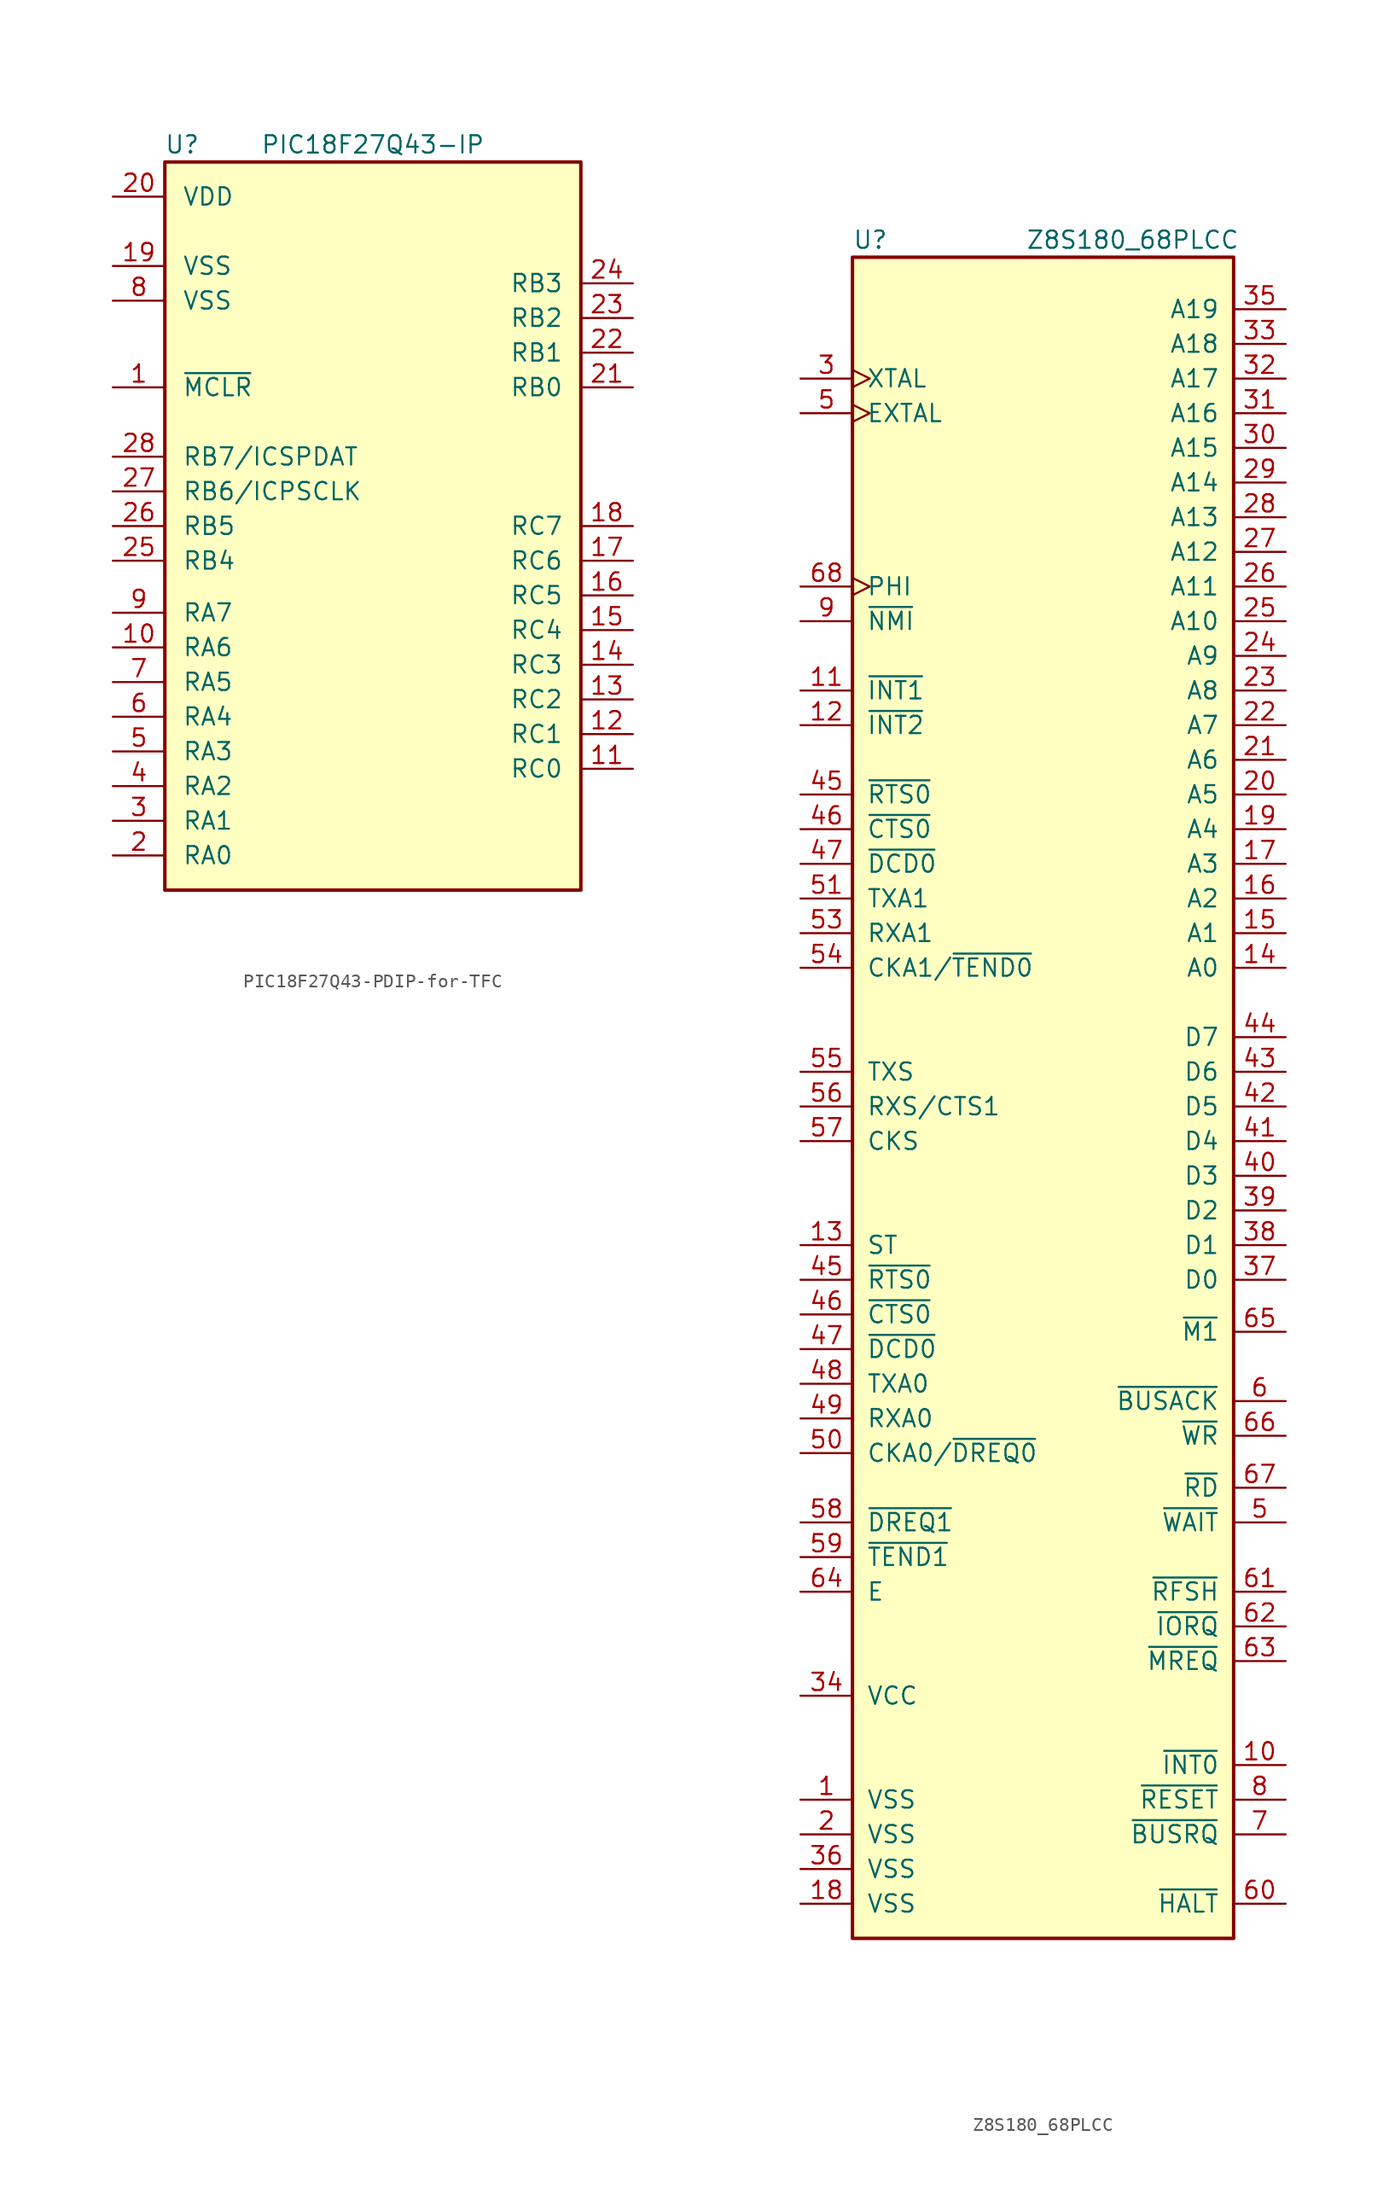
<source format=kicad_sym>
(kicad_symbol_lib
  (version 20220914)
  (generator kicad_symbol_editor)
  (symbol "PIC18F27Q43-PDIP-for-TFC"
    (pin_names
      (offset 1.27))
    (property "Reference" "U"
      (at -13.97 27.94 0)
      (effects (font (size 1.27 1.27))))
    (property "Value" "PIC18F27Q43-IP"
      (at 0 27.94 0)
      (effects (font (size 1.27 1.27))))
    (symbol "PIC18F27Q43-PDIP-for-TFC_0_1"
      (rectangle (start -15.24 26.67) (end 15.24 -26.67) (stroke (width 0.254) (type default)) (fill (type background))))
    (symbol "PIC18F27Q43-PDIP-for-TFC_1_1"
      (pin input line (at -19.05 10.16 0) (length 3.81) (name "~{MCLR}" (effects (font (size 1.27 1.27)))) (number "1" (effects (font (size 1.27 1.27)))))
      (pin bidirectional line (at -19.05 -8.89 0) (length 3.81) (name "RA6" (effects (font (size 1.27 1.27)))) (number "10" (effects (font (size 1.27 1.27)))))
      (pin bidirectional line (at 19.05 -17.78 180) (length 3.81) (name "RC0" (effects (font (size 1.27 1.27)))) (number "11" (effects (font (size 1.27 1.27)))))
      (pin bidirectional line (at 19.05 -15.24 180) (length 3.81) (name "RC1" (effects (font (size 1.27 1.27)))) (number "12" (effects (font (size 1.27 1.27)))))
      (pin bidirectional line (at 19.05 -12.7 180) (length 3.81) (name "RC2" (effects (font (size 1.27 1.27)))) (number "13" (effects (font (size 1.27 1.27)))))
      (pin bidirectional line (at 19.05 -10.16 180) (length 3.81) (name "RC3" (effects (font (size 1.27 1.27)))) (number "14" (effects (font (size 1.27 1.27)))))
      (pin bidirectional line (at 19.05 -7.62 180) (length 3.81) (name "RC4" (effects (font (size 1.27 1.27)))) (number "15" (effects (font (size 1.27 1.27)))))
      (pin bidirectional line (at 19.05 -5.08 180) (length 3.81) (name "RC5" (effects (font (size 1.27 1.27)))) (number "16" (effects (font (size 1.27 1.27)))))
      (pin bidirectional line (at 19.05 -2.54 180) (length 3.81) (name "RC6" (effects (font (size 1.27 1.27)))) (number "17" (effects (font (size 1.27 1.27)))))
      (pin bidirectional line (at 19.05 0 180) (length 3.81) (name "RC7" (effects (font (size 1.27 1.27)))) (number "18" (effects (font (size 1.27 1.27)))))
      (pin power_in line (at -19.05 19.05 0) (length 3.81) (name "VSS" (effects (font (size 1.27 1.27)))) (number "19" (effects (font (size 1.27 1.27)))))
      (pin bidirectional line (at -19.05 -24.13 0) (length 3.81) (name "RA0" (effects (font (size 1.27 1.27)))) (number "2" (effects (font (size 1.27 1.27)))))
      (pin power_in line (at -19.05 24.13 0) (length 3.81) (name "VDD" (effects (font (size 1.27 1.27)))) (number "20" (effects (font (size 1.27 1.27)))))
      (pin bidirectional line (at 19.05 10.16 180) (length 3.81) (name "RB0" (effects (font (size 1.27 1.27)))) (number "21" (effects (font (size 1.27 1.27)))))
      (pin bidirectional line (at 19.05 12.7 180) (length 3.81) (name "RB1" (effects (font (size 1.27 1.27)))) (number "22" (effects (font (size 1.27 1.27)))))
      (pin bidirectional line (at 19.05 15.24 180) (length 3.81) (name "RB2" (effects (font (size 1.27 1.27)))) (number "23" (effects (font (size 1.27 1.27)))))
      (pin bidirectional line (at 19.05 17.78 180) (length 3.81) (name "RB3" (effects (font (size 1.27 1.27)))) (number "24" (effects (font (size 1.27 1.27)))))
      (pin bidirectional line (at -19.05 -2.54 0) (length 3.81) (name "RB4" (effects (font (size 1.27 1.27)))) (number "25" (effects (font (size 1.27 1.27)))))
      (pin bidirectional line (at -19.05 0 0) (length 3.81) (name "RB5" (effects (font (size 1.27 1.27)))) (number "26" (effects (font (size 1.27 1.27)))))
      (pin bidirectional line (at -19.05 2.54 0) (length 3.81) (name "RB6/ICPSCLK" (effects (font (size 1.27 1.27)))) (number "27" (effects (font (size 1.27 1.27)))))
      (pin bidirectional line (at -19.05 5.08 0) (length 3.81) (name "RB7/ICSPDAT" (effects (font (size 1.27 1.27)))) (number "28" (effects (font (size 1.27 1.27)))))
      (pin bidirectional line (at -19.05 -21.59 0) (length 3.81) (name "RA1" (effects (font (size 1.27 1.27)))) (number "3" (effects (font (size 1.27 1.27)))))
      (pin bidirectional line (at -19.05 -19.05 0) (length 3.81) (name "RA2" (effects (font (size 1.27 1.27)))) (number "4" (effects (font (size 1.27 1.27)))))
      (pin bidirectional line (at -19.05 -16.51 0) (length 3.81) (name "RA3" (effects (font (size 1.27 1.27)))) (number "5" (effects (font (size 1.27 1.27)))))
      (pin bidirectional line (at -19.05 -13.97 0) (length 3.81) (name "RA4" (effects (font (size 1.27 1.27)))) (number "6" (effects (font (size 1.27 1.27)))))
      (pin bidirectional line (at -19.05 -11.43 0) (length 3.81) (name "RA5" (effects (font (size 1.27 1.27)))) (number "7" (effects (font (size 1.27 1.27)))))
      (pin power_in line (at -19.05 16.51 0) (length 3.81) (name "VSS" (effects (font (size 1.27 1.27)))) (number "8" (effects (font (size 1.27 1.27)))))
      (pin bidirectional line (at -19.05 -6.35 0) (length 3.81) (name "RA7" (effects (font (size 1.27 1.27)))) (number "9" (effects (font (size 1.27 1.27)))))))
  (symbol "Z8S180_68PLCC"
    (pin_names
      (offset 1.016))
    (property "Reference" "U"
      (at -13.97 35.56 0)
      (effects (font (size 1.27 1.27)) (justify left)))
    (property "Value" "Z8S180_68PLCC"
      (at -1.27 35.56 0)
      (effects (font (size 1.27 1.27)) (justify left)))
    (symbol "Z8S180_68PLCC_0_1"
      (rectangle (start -13.97 34.29) (end 13.97 -88.9) (stroke (width 0.254) (type default)) (fill (type background))))
    (symbol "Z8S180_68PLCC_1_1"
      (pin power_in line (at -17.78 -78.74 0) (length 3.81) (name "VSS" (effects (font (size 1.27 1.27)))) (number "1" (effects (font (size 1.27 1.27)))))
      (pin input line (at 17.78 -76.2 180) (length 3.81) (name "~{INT0}" (effects (font (size 1.27 1.27)))) (number "10" (effects (font (size 1.27 1.27)))))
      (pin input line (at -17.78 2.54 0) (length 3.81) (name "~{INT1}" (effects (font (size 1.27 1.27)))) (number "11" (effects (font (size 1.27 1.27)))))
      (pin input line (at -17.78 0 0) (length 3.81) (name "~{INT2}" (effects (font (size 1.27 1.27)))) (number "12" (effects (font (size 1.27 1.27)))))
      (pin output line (at -17.78 -38.1 0) (length 3.81) (name "ST" (effects (font (size 1.27 1.27)))) (number "13" (effects (font (size 1.27 1.27)))))
      (pin output line (at 17.78 -17.78 180) (length 3.81) (name "A0" (effects (font (size 1.27 1.27)))) (number "14" (effects (font (size 1.27 1.27)))))
      (pin output line (at 17.78 -15.24 180) (length 3.81) (name "A1" (effects (font (size 1.27 1.27)))) (number "15" (effects (font (size 1.27 1.27)))))
      (pin output line (at 17.78 -12.7 180) (length 3.81) (name "A2" (effects (font (size 1.27 1.27)))) (number "16" (effects (font (size 1.27 1.27)))))
      (pin output line (at 17.78 -10.16 180) (length 3.81) (name "A3" (effects (font (size 1.27 1.27)))) (number "17" (effects (font (size 1.27 1.27)))))
      (pin power_in line (at -17.78 -86.36 0) (length 3.81) (name "VSS" (effects (font (size 1.27 1.27)))) (number "18" (effects (font (size 1.27 1.27)))))
      (pin output line (at 17.78 -7.62 180) (length 3.81) (name "A4" (effects (font (size 1.27 1.27)))) (number "19" (effects (font (size 1.27 1.27)))))
      (pin power_in line (at -17.78 -81.28 0) (length 3.81) (name "VSS" (effects (font (size 1.27 1.27)))) (number "2" (effects (font (size 1.27 1.27)))))
      (pin output line (at 17.78 -5.08 180) (length 3.81) (name "A5" (effects (font (size 1.27 1.27)))) (number "20" (effects (font (size 1.27 1.27)))))
      (pin output line (at 17.78 -2.54 180) (length 3.81) (name "A6" (effects (font (size 1.27 1.27)))) (number "21" (effects (font (size 1.27 1.27)))))
      (pin output line (at 17.78 0 180) (length 3.81) (name "A7" (effects (font (size 1.27 1.27)))) (number "22" (effects (font (size 1.27 1.27)))))
      (pin output line (at 17.78 2.54 180) (length 3.81) (name "A8" (effects (font (size 1.27 1.27)))) (number "23" (effects (font (size 1.27 1.27)))))
      (pin output line (at 17.78 5.08 180) (length 3.81) (name "A9" (effects (font (size 1.27 1.27)))) (number "24" (effects (font (size 1.27 1.27)))))
      (pin output line (at 17.78 7.62 180) (length 3.81) (name "A10" (effects (font (size 1.27 1.27)))) (number "25" (effects (font (size 1.27 1.27)))))
      (pin output line (at 17.78 10.16 180) (length 3.81) (name "A11" (effects (font (size 1.27 1.27)))) (number "26" (effects (font (size 1.27 1.27)))))
      (pin output line (at 17.78 12.7 180) (length 3.81) (name "A12" (effects (font (size 1.27 1.27)))) (number "27" (effects (font (size 1.27 1.27)))))
      (pin output line (at 17.78 15.24 180) (length 3.81) (name "A13" (effects (font (size 1.27 1.27)))) (number "28" (effects (font (size 1.27 1.27)))))
      (pin output line (at 17.78 17.78 180) (length 3.81) (name "A14" (effects (font (size 1.27 1.27)))) (number "29" (effects (font (size 1.27 1.27)))))
      (pin input clock (at -17.78 25.4 0) (length 3.81) (name "XTAL" (effects (font (size 1.27 1.27)))) (number "3" (effects (font (size 1.27 1.27)))))
      (pin output line (at 17.78 20.32 180) (length 3.81) (name "A15" (effects (font (size 1.27 1.27)))) (number "30" (effects (font (size 1.27 1.27)))))
      (pin output line (at 17.78 22.86 180) (length 3.81) (name "A16" (effects (font (size 1.27 1.27)))) (number "31" (effects (font (size 1.27 1.27)))))
      (pin output line (at 17.78 25.4 180) (length 3.81) (name "A17" (effects (font (size 1.27 1.27)))) (number "32" (effects (font (size 1.27 1.27)))))
      (pin output line (at 17.78 27.94 180) (length 3.81) (name "A18" (effects (font (size 1.27 1.27)))) (number "33" (effects (font (size 1.27 1.27)))))
      (pin power_in line (at -17.78 -71.12 0) (length 3.81) (name "VCC" (effects (font (size 1.27 1.27)))) (number "34" (effects (font (size 1.27 1.27)))))
      (pin output line (at 17.78 30.48 180) (length 3.81) (name "A19" (effects (font (size 1.27 1.27)))) (number "35" (effects (font (size 1.27 1.27)))))
      (pin power_in line (at -17.78 -83.82 0) (length 3.81) (name "VSS" (effects (font (size 1.27 1.27)))) (number "36" (effects (font (size 1.27 1.27)))))
      (pin bidirectional line (at 17.78 -40.64 180) (length 3.81) (name "D0" (effects (font (size 1.27 1.27)))) (number "37" (effects (font (size 1.27 1.27)))))
      (pin bidirectional line (at 17.78 -38.1 180) (length 3.81) (name "D1" (effects (font (size 1.27 1.27)))) (number "38" (effects (font (size 1.27 1.27)))))
      (pin bidirectional line (at 17.78 -35.56 180) (length 3.81) (name "D2" (effects (font (size 1.27 1.27)))) (number "39" (effects (font (size 1.27 1.27)))))
      (pin bidirectional line (at 17.78 -33.02 180) (length 3.81) (name "D3" (effects (font (size 1.27 1.27)))) (number "40" (effects (font (size 1.27 1.27)))))
      (pin bidirectional line (at 17.78 -30.48 180) (length 3.81) (name "D4" (effects (font (size 1.27 1.27)))) (number "41" (effects (font (size 1.27 1.27)))))
      (pin bidirectional line (at 17.78 -27.94 180) (length 3.81) (name "D5" (effects (font (size 1.27 1.27)))) (number "42" (effects (font (size 1.27 1.27)))))
      (pin bidirectional line (at 17.78 -25.4 180) (length 3.81) (name "D6" (effects (font (size 1.27 1.27)))) (number "43" (effects (font (size 1.27 1.27)))))
      (pin bidirectional line (at 17.78 -22.86 180) (length 3.81) (name "D7" (effects (font (size 1.27 1.27)))) (number "44" (effects (font (size 1.27 1.27)))))
      (pin output line (at -17.78 -40.64 0) (length 3.81) (name "~{RTS0}" (effects (font (size 1.27 1.27)))) (number "45" (effects (font (size 1.27 1.27)))))
      (pin output line (at -17.78 -5.08 0) (length 3.81) (name "~{RTS0}" (effects (font (size 1.27 1.27)))) (number "45" (effects (font (size 1.27 1.27)))))
      (pin input line (at -17.78 -43.18 0) (length 3.81) (name "~{CTS0}" (effects (font (size 1.27 1.27)))) (number "46" (effects (font (size 1.27 1.27)))))
      (pin input line (at -17.78 -7.62 0) (length 3.81) (name "~{CTS0}" (effects (font (size 1.27 1.27)))) (number "46" (effects (font (size 1.27 1.27)))))
      (pin input line (at -17.78 -45.72 0) (length 3.81) (name "~{DCD0}" (effects (font (size 1.27 1.27)))) (number "47" (effects (font (size 1.27 1.27)))))
      (pin input line (at -17.78 -10.16 0) (length 3.81) (name "~{DCD0}" (effects (font (size 1.27 1.27)))) (number "47" (effects (font (size 1.27 1.27)))))
      (pin output line (at -17.78 -48.26 0) (length 3.81) (name "TXA0" (effects (font (size 1.27 1.27)))) (number "48" (effects (font (size 1.27 1.27)))))
      (pin input line (at -17.78 -50.8 0) (length 3.81) (name "RXA0" (effects (font (size 1.27 1.27)))) (number "49" (effects (font (size 1.27 1.27)))))
      (pin input clock (at -17.78 22.86 0) (length 3.81) (name "EXTAL" (effects (font (size 1.27 1.27)))) (number "5" (effects (font (size 1.27 1.27)))))
      (pin input line (at 17.78 -58.42 180) (length 3.81) (name "~{WAIT}" (effects (font (size 1.27 1.27)))) (number "5" (effects (font (size 1.27 1.27)))))
      (pin input line (at -17.78 -53.34 0) (length 3.81) (name "CKA0/~{DREQ0}" (effects (font (size 1.27 1.27)))) (number "50" (effects (font (size 1.27 1.27)))))
      (pin output line (at -17.78 -12.7 0) (length 3.81) (name "TXA1" (effects (font (size 1.27 1.27)))) (number "51" (effects (font (size 1.27 1.27)))))
      (pin input line (at -17.78 -15.24 0) (length 3.81) (name "RXA1" (effects (font (size 1.27 1.27)))) (number "53" (effects (font (size 1.27 1.27)))))
      (pin input line (at -17.78 -17.78 0) (length 3.81) (name "CKA1/~{TEND0}" (effects (font (size 1.27 1.27)))) (number "54" (effects (font (size 1.27 1.27)))))
      (pin output line (at -17.78 -25.4 0) (length 3.81) (name "TXS" (effects (font (size 1.27 1.27)))) (number "55" (effects (font (size 1.27 1.27)))))
      (pin input line (at -17.78 -27.94 0) (length 3.81) (name "RXS/CTS1" (effects (font (size 1.27 1.27)))) (number "56" (effects (font (size 1.27 1.27)))))
      (pin input line (at -17.78 -30.48 0) (length 3.81) (name "CKS" (effects (font (size 1.27 1.27)))) (number "57" (effects (font (size 1.27 1.27)))))
      (pin input line (at -17.78 -58.42 0) (length 3.81) (name "~{DREQ1}" (effects (font (size 1.27 1.27)))) (number "58" (effects (font (size 1.27 1.27)))))
      (pin input line (at -17.78 -60.96 0) (length 3.81) (name "~{TEND1}" (effects (font (size 1.27 1.27)))) (number "59" (effects (font (size 1.27 1.27)))))
      (pin output line (at 17.78 -49.53 180) (length 3.81) (name "~{BUSACK}" (effects (font (size 1.27 1.27)))) (number "6" (effects (font (size 1.27 1.27)))))
      (pin output line (at 17.78 -86.36 180) (length 3.81) (name "~{HALT}" (effects (font (size 1.27 1.27)))) (number "60" (effects (font (size 1.27 1.27)))))
      (pin output line (at 17.78 -63.5 180) (length 3.81) (name "~{RFSH}" (effects (font (size 1.27 1.27)))) (number "61" (effects (font (size 1.27 1.27)))))
      (pin output line (at 17.78 -66.04 180) (length 3.81) (name "~{IORQ}" (effects (font (size 1.27 1.27)))) (number "62" (effects (font (size 1.27 1.27)))))
      (pin output line (at 17.78 -68.58 180) (length 3.81) (name "~{MREQ}" (effects (font (size 1.27 1.27)))) (number "63" (effects (font (size 1.27 1.27)))))
      (pin output line (at -17.78 -63.5 0) (length 3.81) (name "E" (effects (font (size 1.27 1.27)))) (number "64" (effects (font (size 1.27 1.27)))))
      (pin output line (at 17.78 -44.45 180) (length 3.81) (name "~{M1}" (effects (font (size 1.27 1.27)))) (number "65" (effects (font (size 1.27 1.27)))))
      (pin output line (at 17.78 -52.07 180) (length 3.81) (name "~{WR}" (effects (font (size 1.27 1.27)))) (number "66" (effects (font (size 1.27 1.27)))))
      (pin output line (at 17.78 -55.88 180) (length 3.81) (name "~{RD}" (effects (font (size 1.27 1.27)))) (number "67" (effects (font (size 1.27 1.27)))))
      (pin input clock (at -17.78 10.16 0) (length 3.81) (name "PHI" (effects (font (size 1.27 1.27)))) (number "68" (effects (font (size 1.27 1.27)))))
      (pin input line (at 17.78 -81.28 180) (length 3.81) (name "~{BUSRQ}" (effects (font (size 1.27 1.27)))) (number "7" (effects (font (size 1.27 1.27)))))
      (pin input line (at 17.78 -78.74 180) (length 3.81) (name "~{RESET}" (effects (font (size 1.27 1.27)))) (number "8" (effects (font (size 1.27 1.27)))))
      (pin input line (at -17.78 7.62 0) (length 3.81) (name "~{NMI}" (effects (font (size 1.27 1.27)))) (number "9" (effects (font (size 1.27 1.27))))))))
</source>
